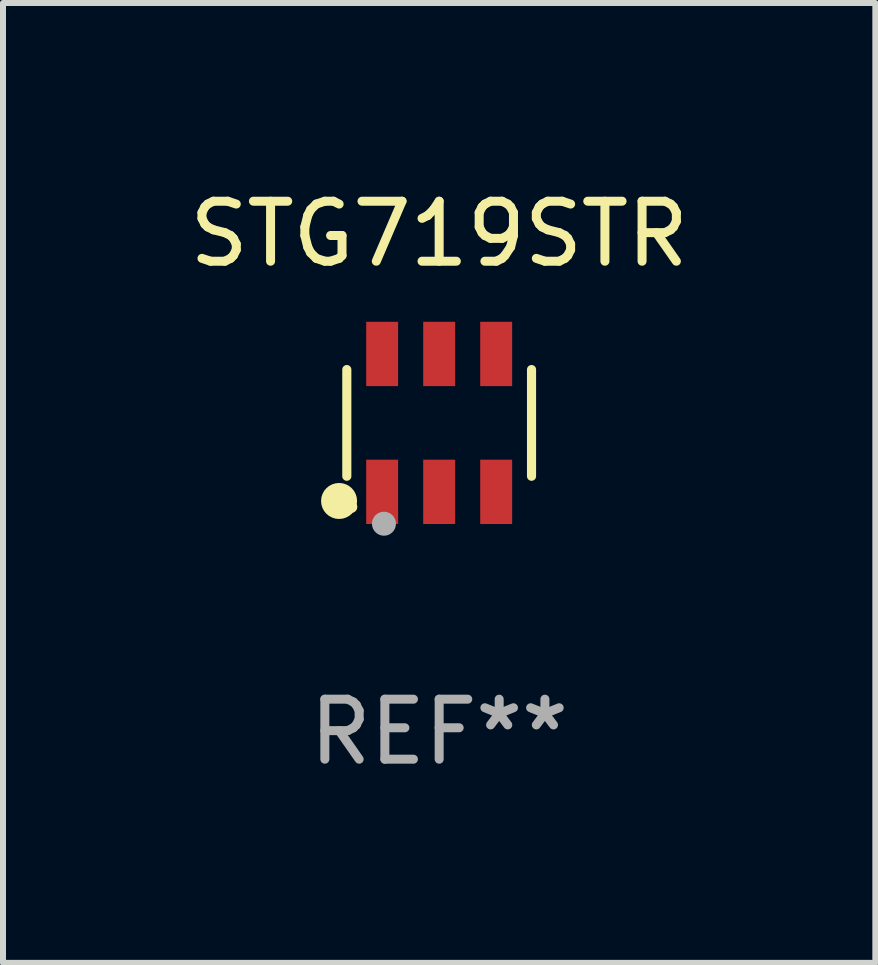
<source format=kicad_pcb>
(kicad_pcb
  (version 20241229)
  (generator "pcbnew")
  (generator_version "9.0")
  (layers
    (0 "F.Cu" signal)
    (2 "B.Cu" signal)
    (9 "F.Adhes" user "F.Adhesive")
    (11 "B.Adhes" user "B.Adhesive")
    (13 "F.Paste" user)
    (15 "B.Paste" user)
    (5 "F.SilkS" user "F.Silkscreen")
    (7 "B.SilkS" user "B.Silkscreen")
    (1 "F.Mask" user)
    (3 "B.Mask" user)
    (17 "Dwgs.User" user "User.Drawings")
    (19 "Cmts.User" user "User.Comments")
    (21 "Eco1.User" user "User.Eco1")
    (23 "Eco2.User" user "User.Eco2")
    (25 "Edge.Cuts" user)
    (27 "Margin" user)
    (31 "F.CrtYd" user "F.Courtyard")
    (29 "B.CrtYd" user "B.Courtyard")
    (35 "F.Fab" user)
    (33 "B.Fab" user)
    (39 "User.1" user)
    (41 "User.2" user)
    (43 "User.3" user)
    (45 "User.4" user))
  (footprint "STG719STR"
    (layer "F.Cu")
    (at 4.268 3.997)
    (property "Reference" "STG719STR" (at 0 -3.149 0) (layer "F.SilkS") (effects (font (size 1 1) (thickness 0.15))))
    (attr through_hole)
    (fp_line (start -1.539 0.889) (end -1.539 -0.889) (stroke (width 0.152) (type solid)) (layer "F.SilkS"))
    (fp_line (start 1.539 0.889) (end 1.539 -0.889) (stroke (width 0.152) (type solid)) (layer "F.SilkS"))
    (fp_circle (center -1.668 1.301) (end -1.518 1.301) (stroke (width 0.3) (type solid)) (fill no) (layer "F.SilkS"))
    (fp_circle (center -1.463 1.4) (end -1.413 1.4) (stroke (width 0.1) (type solid)) (fill no) (layer "F.SilkS"))
    (fp_circle (center -0.92 1.68) (end -0.82 1.68) (stroke (width 0.2) (type solid)) (fill no) (layer "F.Fab"))
    (fp_text user "REF**" (at 0 5.149 0) (layer "F.Fab") (effects (font (size 1 1) (thickness 0.15))))
    (pad "1" smd rect (at -0.95 1.149) (size 0.532 1.072) (layers "F.Cu" "F.Mask" "F.Paste"))
    (pad "2" smd rect (at 0 1.149) (size 0.532 1.072) (layers "F.Cu" "F.Mask" "F.Paste"))
    (pad "3" smd rect (at 0.95 1.149) (size 0.532 1.072) (layers "F.Cu" "F.Mask" "F.Paste"))
    (pad "4" smd rect (at 0.95 -1.149) (size 0.532 1.072) (layers "F.Cu" "F.Mask" "F.Paste"))
    (pad "5" smd rect (at 0 -1.149) (size 0.532 1.072) (layers "F.Cu" "F.Mask" "F.Paste"))
    (pad "6" smd rect (at -0.95 -1.149) (size 0.532 1.072) (layers "F.Cu" "F.Mask" "F.Paste")))
  (gr_rect
    (start -3 -3)
    (end 11.536 12.995)
    (stroke (width 0.1) (type default))
    (fill no)
    (layer "Edge.Cuts")))
</source>
